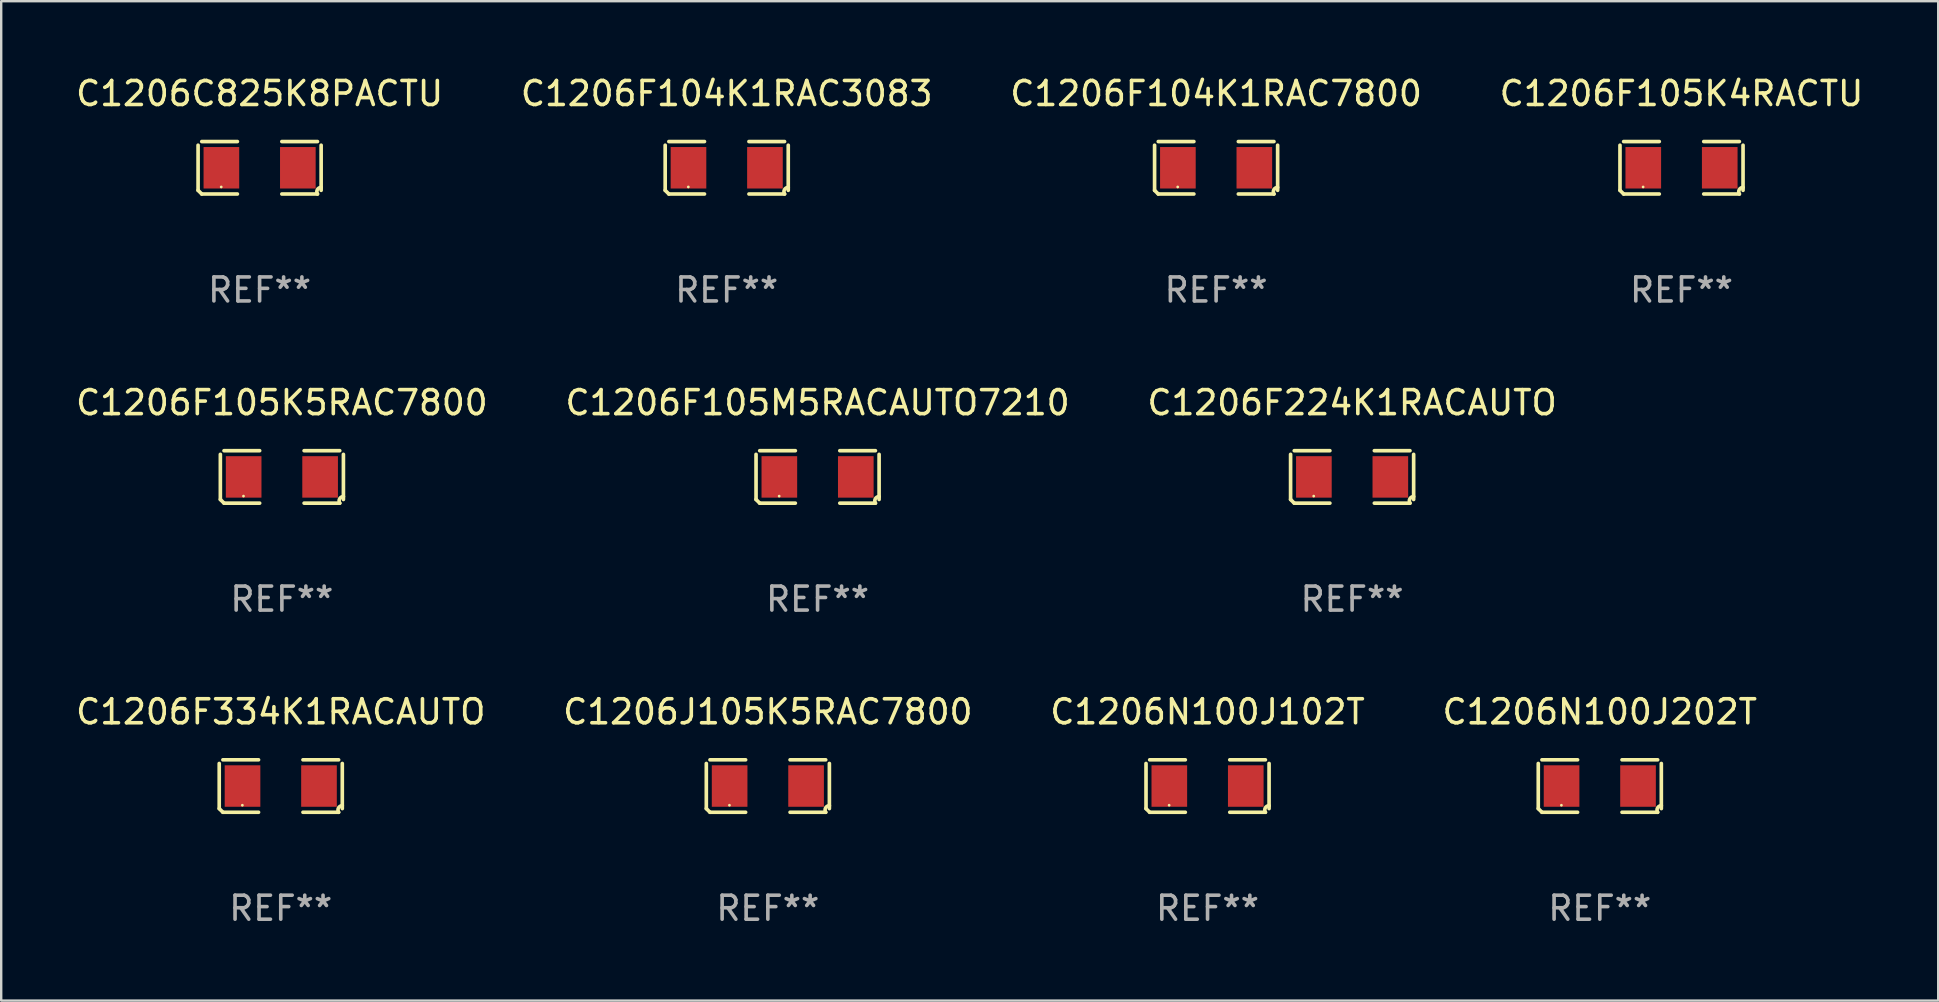
<source format=kicad_pcb>
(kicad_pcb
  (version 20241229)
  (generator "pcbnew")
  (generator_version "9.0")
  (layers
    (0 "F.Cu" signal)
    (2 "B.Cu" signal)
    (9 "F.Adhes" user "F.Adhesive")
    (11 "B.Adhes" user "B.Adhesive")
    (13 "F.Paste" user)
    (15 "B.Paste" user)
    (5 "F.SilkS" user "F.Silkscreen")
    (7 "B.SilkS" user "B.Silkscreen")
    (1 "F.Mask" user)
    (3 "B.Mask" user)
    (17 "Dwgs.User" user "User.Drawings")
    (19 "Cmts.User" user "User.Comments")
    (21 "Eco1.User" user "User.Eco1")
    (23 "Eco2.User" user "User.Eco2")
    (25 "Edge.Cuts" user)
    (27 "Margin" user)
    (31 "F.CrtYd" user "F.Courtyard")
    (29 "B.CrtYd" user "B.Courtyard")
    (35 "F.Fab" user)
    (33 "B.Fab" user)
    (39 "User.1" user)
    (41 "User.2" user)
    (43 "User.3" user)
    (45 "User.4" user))
  (footprint "C1206N100J202T"
    (layer "F.Cu")
    (at 63.613 29.704)
    (property "Reference" "C1206N100J202T" (at 0 -3.093 0) (layer "F.SilkS") (effects (font (size 1 1) (thickness 0.15))))
    (attr through_hole)
    (fp_line (start -2.564 0.94) (end -2.564 -0.94) (stroke (width 0.152) (type solid)) (layer "F.SilkS"))
    (fp_line (start -2.411 -1.093) (end -0.926 -1.093) (stroke (width 0.152) (type solid)) (layer "F.SilkS"))
    (fp_line (start -0.926 1.093) (end -2.411 1.093) (stroke (width 0.152) (type solid)) (layer "F.SilkS"))
    (fp_line (start 0.926 1.093) (end 2.411 1.093) (stroke (width 0.152) (type solid)) (layer "F.SilkS"))
    (fp_line (start 2.411 -1.093) (end 0.926 -1.093) (stroke (width 0.152) (type solid)) (layer "F.SilkS"))
    (fp_line (start 2.564 0.94) (end 2.564 -0.94) (stroke (width 0.152) (type solid)) (layer "F.SilkS"))
    (fp_arc (start -2.411201 1.092609) (mid -2.487413 1.01642) (end -2.563602 0.940208) (stroke (width 0.1524) (type solid)) (layer "F.SilkS"))
    (fp_arc (start 2.411201 1.092609) (mid 2.407159 0.911226) (end 2.563602 0.819347) (stroke (width 0.1524) (type solid)) (layer "F.SilkS"))
    (fp_circle (center -1.6 0.8) (end -1.57 0.8) (stroke (width 0.06) (type solid)) (fill no) (layer "F.SilkS"))
    (fp_text user "REF**" (at 0 5.093 0) (layer "F.Fab") (effects (font (size 1 1) (thickness 0.15))))
    (pad "1" smd rect (at -1.593 0) (size 1.485 1.728) (layers "F.Cu" "F.Mask" "F.Paste"))
    (pad "2" smd rect (at 1.593 0) (size 1.485 1.728) (layers "F.Cu" "F.Mask" "F.Paste")))
  (footprint "C1206J105K5RAC7800"
    (layer "F.Cu")
    (at 28.946 29.704)
    (property "Reference" "C1206J105K5RAC7800" (at 0 -3.093 0) (layer "F.SilkS") (effects (font (size 1 1) (thickness 0.15))))
    (attr through_hole)
    (fp_line (start -2.564 0.94) (end -2.564 -0.94) (stroke (width 0.152) (type solid)) (layer "F.SilkS"))
    (fp_line (start -2.411 -1.093) (end -0.926 -1.093) (stroke (width 0.152) (type solid)) (layer "F.SilkS"))
    (fp_line (start -0.926 1.093) (end -2.411 1.093) (stroke (width 0.152) (type solid)) (layer "F.SilkS"))
    (fp_line (start 0.926 1.093) (end 2.411 1.093) (stroke (width 0.152) (type solid)) (layer "F.SilkS"))
    (fp_line (start 2.411 -1.093) (end 0.926 -1.093) (stroke (width 0.152) (type solid)) (layer "F.SilkS"))
    (fp_line (start 2.564 0.94) (end 2.564 -0.94) (stroke (width 0.152) (type solid)) (layer "F.SilkS"))
    (fp_arc (start -2.411201 1.092609) (mid -2.487413 1.01642) (end -2.563602 0.940208) (stroke (width 0.1524) (type solid)) (layer "F.SilkS"))
    (fp_arc (start 2.411201 1.092609) (mid 2.407159 0.911226) (end 2.563602 0.819347) (stroke (width 0.1524) (type solid)) (layer "F.SilkS"))
    (fp_circle (center -1.6 0.8) (end -1.57 0.8) (stroke (width 0.06) (type solid)) (fill no) (layer "F.SilkS"))
    (fp_text user "REF**" (at 0 5.093 0) (layer "F.Fab") (effects (font (size 1 1) (thickness 0.15))))
    (pad "1" smd rect (at -1.593 0) (size 1.485 1.728) (layers "F.Cu" "F.Mask" "F.Paste"))
    (pad "2" smd rect (at 1.593 0) (size 1.485 1.728) (layers "F.Cu" "F.Mask" "F.Paste")))
  (footprint "C1206F104K1RAC7800"
    (layer "F.Cu")
    (at 47.625 3.941)
    (property "Reference" "C1206F104K1RAC7800" (at 0 -3.093 0) (layer "F.SilkS") (effects (font (size 1 1) (thickness 0.15))))
    (attr through_hole)
    (fp_line (start -2.564 0.94) (end -2.564 -0.94) (stroke (width 0.152) (type solid)) (layer "F.SilkS"))
    (fp_line (start -2.411 -1.093) (end -0.926 -1.093) (stroke (width 0.152) (type solid)) (layer "F.SilkS"))
    (fp_line (start -0.926 1.093) (end -2.411 1.093) (stroke (width 0.152) (type solid)) (layer "F.SilkS"))
    (fp_line (start 0.926 1.093) (end 2.411 1.093) (stroke (width 0.152) (type solid)) (layer "F.SilkS"))
    (fp_line (start 2.411 -1.093) (end 0.926 -1.093) (stroke (width 0.152) (type solid)) (layer "F.SilkS"))
    (fp_line (start 2.564 0.94) (end 2.564 -0.94) (stroke (width 0.152) (type solid)) (layer "F.SilkS"))
    (fp_arc (start -2.411201 1.092609) (mid -2.487413 1.01642) (end -2.563602 0.940208) (stroke (width 0.1524) (type solid)) (layer "F.SilkS"))
    (fp_arc (start 2.411201 1.092609) (mid 2.407159 0.911226) (end 2.563602 0.819347) (stroke (width 0.1524) (type solid)) (layer "F.SilkS"))
    (fp_circle (center -1.6 0.8) (end -1.57 0.8) (stroke (width 0.06) (type solid)) (fill no) (layer "F.SilkS"))
    (fp_text user "REF**" (at 0 5.093 0) (layer "F.Fab") (effects (font (size 1 1) (thickness 0.15))))
    (pad "1" smd rect (at -1.593 0) (size 1.485 1.728) (layers "F.Cu" "F.Mask" "F.Paste"))
    (pad "2" smd rect (at 1.593 0) (size 1.485 1.728) (layers "F.Cu" "F.Mask" "F.Paste")))
  (footprint "C1206F334K1RACAUTO"
    (layer "F.Cu")
    (at 8.649 29.704)
    (property "Reference" "C1206F334K1RACAUTO" (at 0 -3.093 0) (layer "F.SilkS") (effects (font (size 1 1) (thickness 0.15))))
    (attr through_hole)
    (fp_line (start -2.564 0.94) (end -2.564 -0.94) (stroke (width 0.152) (type solid)) (layer "F.SilkS"))
    (fp_line (start -2.411 -1.093) (end -0.926 -1.093) (stroke (width 0.152) (type solid)) (layer "F.SilkS"))
    (fp_line (start -0.926 1.093) (end -2.411 1.093) (stroke (width 0.152) (type solid)) (layer "F.SilkS"))
    (fp_line (start 0.926 1.093) (end 2.411 1.093) (stroke (width 0.152) (type solid)) (layer "F.SilkS"))
    (fp_line (start 2.411 -1.093) (end 0.926 -1.093) (stroke (width 0.152) (type solid)) (layer "F.SilkS"))
    (fp_line (start 2.564 0.94) (end 2.564 -0.94) (stroke (width 0.152) (type solid)) (layer "F.SilkS"))
    (fp_arc (start -2.411201 1.092609) (mid -2.487413 1.01642) (end -2.563602 0.940208) (stroke (width 0.1524) (type solid)) (layer "F.SilkS"))
    (fp_arc (start 2.411201 1.092609) (mid 2.407159 0.911226) (end 2.563602 0.819347) (stroke (width 0.1524) (type solid)) (layer "F.SilkS"))
    (fp_circle (center -1.6 0.8) (end -1.57 0.8) (stroke (width 0.06) (type solid)) (fill no) (layer "F.SilkS"))
    (fp_text user "REF**" (at 0 5.093 0) (layer "F.Fab") (effects (font (size 1 1) (thickness 0.15))))
    (pad "1" smd rect (at -1.593 0) (size 1.485 1.728) (layers "F.Cu" "F.Mask" "F.Paste"))
    (pad "2" smd rect (at 1.593 0) (size 1.485 1.728) (layers "F.Cu" "F.Mask" "F.Paste")))
  (footprint "C1206F105K4RACTU"
    (layer "F.Cu")
    (at 67.018 3.941)
    (property "Reference" "C1206F105K4RACTU" (at 0 -3.093 0) (layer "F.SilkS") (effects (font (size 1 1) (thickness 0.15))))
    (attr through_hole)
    (fp_line (start -2.564 0.94) (end -2.564 -0.94) (stroke (width 0.152) (type solid)) (layer "F.SilkS"))
    (fp_line (start -2.411 -1.093) (end -0.926 -1.093) (stroke (width 0.152) (type solid)) (layer "F.SilkS"))
    (fp_line (start -0.926 1.093) (end -2.411 1.093) (stroke (width 0.152) (type solid)) (layer "F.SilkS"))
    (fp_line (start 0.926 1.093) (end 2.411 1.093) (stroke (width 0.152) (type solid)) (layer "F.SilkS"))
    (fp_line (start 2.411 -1.093) (end 0.926 -1.093) (stroke (width 0.152) (type solid)) (layer "F.SilkS"))
    (fp_line (start 2.564 0.94) (end 2.564 -0.94) (stroke (width 0.152) (type solid)) (layer "F.SilkS"))
    (fp_arc (start -2.411201 1.092609) (mid -2.487413 1.01642) (end -2.563602 0.940208) (stroke (width 0.1524) (type solid)) (layer "F.SilkS"))
    (fp_arc (start 2.411201 1.092609) (mid 2.407159 0.911226) (end 2.563602 0.819347) (stroke (width 0.1524) (type solid)) (layer "F.SilkS"))
    (fp_circle (center -1.6 0.8) (end -1.57 0.8) (stroke (width 0.06) (type solid)) (fill no) (layer "F.SilkS"))
    (fp_text user "REF**" (at 0 5.093 0) (layer "F.Fab") (effects (font (size 1 1) (thickness 0.15))))
    (pad "1" smd rect (at -1.593 0) (size 1.485 1.728) (layers "F.Cu" "F.Mask" "F.Paste"))
    (pad "2" smd rect (at 1.593 0) (size 1.485 1.728) (layers "F.Cu" "F.Mask" "F.Paste")))
  (footprint "C1206F105M5RACAUTO7210"
    (layer "F.Cu")
    (at 31.018 16.823)
    (property "Reference" "C1206F105M5RACAUTO7210" (at 0 -3.093 0) (layer "F.SilkS") (effects (font (size 1 1) (thickness 0.15))))
    (attr through_hole)
    (fp_line (start -2.564 0.94) (end -2.564 -0.94) (stroke (width 0.152) (type solid)) (layer "F.SilkS"))
    (fp_line (start -2.411 -1.093) (end -0.926 -1.093) (stroke (width 0.152) (type solid)) (layer "F.SilkS"))
    (fp_line (start -0.926 1.093) (end -2.411 1.093) (stroke (width 0.152) (type solid)) (layer "F.SilkS"))
    (fp_line (start 0.926 1.093) (end 2.411 1.093) (stroke (width 0.152) (type solid)) (layer "F.SilkS"))
    (fp_line (start 2.411 -1.093) (end 0.926 -1.093) (stroke (width 0.152) (type solid)) (layer "F.SilkS"))
    (fp_line (start 2.564 0.94) (end 2.564 -0.94) (stroke (width 0.152) (type solid)) (layer "F.SilkS"))
    (fp_arc (start -2.411201 1.092609) (mid -2.487413 1.01642) (end -2.563602 0.940208) (stroke (width 0.1524) (type solid)) (layer "F.SilkS"))
    (fp_arc (start 2.411201 1.092609) (mid 2.407159 0.911226) (end 2.563602 0.819347) (stroke (width 0.1524) (type solid)) (layer "F.SilkS"))
    (fp_circle (center -1.6 0.8) (end -1.57 0.8) (stroke (width 0.06) (type solid)) (fill no) (layer "F.SilkS"))
    (fp_text user "REF**" (at 0 5.093 0) (layer "F.Fab") (effects (font (size 1 1) (thickness 0.15))))
    (pad "1" smd rect (at -1.593 0) (size 1.485 1.728) (layers "F.Cu" "F.Mask" "F.Paste"))
    (pad "2" smd rect (at 1.593 0) (size 1.485 1.728) (layers "F.Cu" "F.Mask" "F.Paste")))
  (footprint "C1206C825K8PACTU"
    (layer "F.Cu")
    (at 7.768 3.941)
    (property "Reference" "C1206C825K8PACTU" (at 0 -3.093 0) (layer "F.SilkS") (effects (font (size 1 1) (thickness 0.15))))
    (attr through_hole)
    (fp_line (start -2.564 0.94) (end -2.564 -0.94) (stroke (width 0.152) (type solid)) (layer "F.SilkS"))
    (fp_line (start -2.411 -1.093) (end -0.926 -1.093) (stroke (width 0.152) (type solid)) (layer "F.SilkS"))
    (fp_line (start -0.926 1.093) (end -2.411 1.093) (stroke (width 0.152) (type solid)) (layer "F.SilkS"))
    (fp_line (start 0.926 1.093) (end 2.411 1.093) (stroke (width 0.152) (type solid)) (layer "F.SilkS"))
    (fp_line (start 2.411 -1.093) (end 0.926 -1.093) (stroke (width 0.152) (type solid)) (layer "F.SilkS"))
    (fp_line (start 2.564 0.94) (end 2.564 -0.94) (stroke (width 0.152) (type solid)) (layer "F.SilkS"))
    (fp_arc (start -2.411201 1.092609) (mid -2.487413 1.01642) (end -2.563602 0.940208) (stroke (width 0.1524) (type solid)) (layer "F.SilkS"))
    (fp_arc (start 2.411201 1.092609) (mid 2.407159 0.911226) (end 2.563602 0.819347) (stroke (width 0.1524) (type solid)) (layer "F.SilkS"))
    (fp_circle (center -1.6 0.8) (end -1.57 0.8) (stroke (width 0.06) (type solid)) (fill no) (layer "F.SilkS"))
    (fp_text user "REF**" (at 0 5.093 0) (layer "F.Fab") (effects (font (size 1 1) (thickness 0.15))))
    (pad "1" smd rect (at -1.593 0) (size 1.485 1.728) (layers "F.Cu" "F.Mask" "F.Paste"))
    (pad "2" smd rect (at 1.593 0) (size 1.485 1.728) (layers "F.Cu" "F.Mask" "F.Paste")))
  (footprint "C1206F104K1RAC3083"
    (layer "F.Cu")
    (at 27.232 3.941)
    (property "Reference" "C1206F104K1RAC3083" (at 0 -3.093 0) (layer "F.SilkS") (effects (font (size 1 1) (thickness 0.15))))
    (attr through_hole)
    (fp_line (start -2.564 0.94) (end -2.564 -0.94) (stroke (width 0.152) (type solid)) (layer "F.SilkS"))
    (fp_line (start -2.411 -1.093) (end -0.926 -1.093) (stroke (width 0.152) (type solid)) (layer "F.SilkS"))
    (fp_line (start -0.926 1.093) (end -2.411 1.093) (stroke (width 0.152) (type solid)) (layer "F.SilkS"))
    (fp_line (start 0.926 1.093) (end 2.411 1.093) (stroke (width 0.152) (type solid)) (layer "F.SilkS"))
    (fp_line (start 2.411 -1.093) (end 0.926 -1.093) (stroke (width 0.152) (type solid)) (layer "F.SilkS"))
    (fp_line (start 2.564 0.94) (end 2.564 -0.94) (stroke (width 0.152) (type solid)) (layer "F.SilkS"))
    (fp_arc (start -2.411201 1.092609) (mid -2.487413 1.01642) (end -2.563602 0.940208) (stroke (width 0.1524) (type solid)) (layer "F.SilkS"))
    (fp_arc (start 2.411201 1.092609) (mid 2.407159 0.911226) (end 2.563602 0.819347) (stroke (width 0.1524) (type solid)) (layer "F.SilkS"))
    (fp_circle (center -1.6 0.8) (end -1.57 0.8) (stroke (width 0.06) (type solid)) (fill no) (layer "F.SilkS"))
    (fp_text user "REF**" (at 0 5.093 0) (layer "F.Fab") (effects (font (size 1 1) (thickness 0.15))))
    (pad "1" smd rect (at -1.593 0) (size 1.485 1.728) (layers "F.Cu" "F.Mask" "F.Paste"))
    (pad "2" smd rect (at 1.593 0) (size 1.485 1.728) (layers "F.Cu" "F.Mask" "F.Paste")))
  (footprint "C1206N100J102T"
    (layer "F.Cu")
    (at 47.268 29.704)
    (property "Reference" "C1206N100J102T" (at 0 -3.093 0) (layer "F.SilkS") (effects (font (size 1 1) (thickness 0.15))))
    (attr through_hole)
    (fp_line (start -2.564 0.94) (end -2.564 -0.94) (stroke (width 0.152) (type solid)) (layer "F.SilkS"))
    (fp_line (start -2.411 -1.093) (end -0.926 -1.093) (stroke (width 0.152) (type solid)) (layer "F.SilkS"))
    (fp_line (start -0.926 1.093) (end -2.411 1.093) (stroke (width 0.152) (type solid)) (layer "F.SilkS"))
    (fp_line (start 0.926 1.093) (end 2.411 1.093) (stroke (width 0.152) (type solid)) (layer "F.SilkS"))
    (fp_line (start 2.411 -1.093) (end 0.926 -1.093) (stroke (width 0.152) (type solid)) (layer "F.SilkS"))
    (fp_line (start 2.564 0.94) (end 2.564 -0.94) (stroke (width 0.152) (type solid)) (layer "F.SilkS"))
    (fp_arc (start -2.411201 1.092609) (mid -2.487413 1.01642) (end -2.563602 0.940208) (stroke (width 0.1524) (type solid)) (layer "F.SilkS"))
    (fp_arc (start 2.411201 1.092609) (mid 2.407159 0.911226) (end 2.563602 0.819347) (stroke (width 0.1524) (type solid)) (layer "F.SilkS"))
    (fp_circle (center -1.6 0.8) (end -1.57 0.8) (stroke (width 0.06) (type solid)) (fill no) (layer "F.SilkS"))
    (fp_text user "REF**" (at 0 5.093 0) (layer "F.Fab") (effects (font (size 1 1) (thickness 0.15))))
    (pad "1" smd rect (at -1.593 0) (size 1.485 1.728) (layers "F.Cu" "F.Mask" "F.Paste"))
    (pad "2" smd rect (at 1.593 0) (size 1.485 1.728) (layers "F.Cu" "F.Mask" "F.Paste")))
  (footprint "C1206F105K5RAC7800"
    (layer "F.Cu")
    (at 8.696 16.823)
    (property "Reference" "C1206F105K5RAC7800" (at 0 -3.093 0) (layer "F.SilkS") (effects (font (size 1 1) (thickness 0.15))))
    (attr through_hole)
    (fp_line (start -2.564 0.94) (end -2.564 -0.94) (stroke (width 0.152) (type solid)) (layer "F.SilkS"))
    (fp_line (start -2.411 -1.093) (end -0.926 -1.093) (stroke (width 0.152) (type solid)) (layer "F.SilkS"))
    (fp_line (start -0.926 1.093) (end -2.411 1.093) (stroke (width 0.152) (type solid)) (layer "F.SilkS"))
    (fp_line (start 0.926 1.093) (end 2.411 1.093) (stroke (width 0.152) (type solid)) (layer "F.SilkS"))
    (fp_line (start 2.411 -1.093) (end 0.926 -1.093) (stroke (width 0.152) (type solid)) (layer "F.SilkS"))
    (fp_line (start 2.564 0.94) (end 2.564 -0.94) (stroke (width 0.152) (type solid)) (layer "F.SilkS"))
    (fp_arc (start -2.411201 1.092609) (mid -2.487413 1.01642) (end -2.563602 0.940208) (stroke (width 0.1524) (type solid)) (layer "F.SilkS"))
    (fp_arc (start 2.411201 1.092609) (mid 2.407159 0.911226) (end 2.563602 0.819347) (stroke (width 0.1524) (type solid)) (layer "F.SilkS"))
    (fp_circle (center -1.6 0.8) (end -1.57 0.8) (stroke (width 0.06) (type solid)) (fill no) (layer "F.SilkS"))
    (fp_text user "REF**" (at 0 5.093 0) (layer "F.Fab") (effects (font (size 1 1) (thickness 0.15))))
    (pad "1" smd rect (at -1.593 0) (size 1.485 1.728) (layers "F.Cu" "F.Mask" "F.Paste"))
    (pad "2" smd rect (at 1.593 0) (size 1.485 1.728) (layers "F.Cu" "F.Mask" "F.Paste")))
  (footprint "C1206F224K1RACAUTO"
    (layer "F.Cu")
    (at 53.292 16.823)
    (property "Reference" "C1206F224K1RACAUTO" (at 0 -3.093 0) (layer "F.SilkS") (effects (font (size 1 1) (thickness 0.15))))
    (attr through_hole)
    (fp_line (start -2.564 0.94) (end -2.564 -0.94) (stroke (width 0.152) (type solid)) (layer "F.SilkS"))
    (fp_line (start -2.411 -1.093) (end -0.926 -1.093) (stroke (width 0.152) (type solid)) (layer "F.SilkS"))
    (fp_line (start -0.926 1.093) (end -2.411 1.093) (stroke (width 0.152) (type solid)) (layer "F.SilkS"))
    (fp_line (start 0.926 1.093) (end 2.411 1.093) (stroke (width 0.152) (type solid)) (layer "F.SilkS"))
    (fp_line (start 2.411 -1.093) (end 0.926 -1.093) (stroke (width 0.152) (type solid)) (layer "F.SilkS"))
    (fp_line (start 2.564 0.94) (end 2.564 -0.94) (stroke (width 0.152) (type solid)) (layer "F.SilkS"))
    (fp_arc (start -2.411201 1.092609) (mid -2.487413 1.01642) (end -2.563602 0.940208) (stroke (width 0.1524) (type solid)) (layer "F.SilkS"))
    (fp_arc (start 2.411201 1.092609) (mid 2.407159 0.911226) (end 2.563602 0.819347) (stroke (width 0.1524) (type solid)) (layer "F.SilkS"))
    (fp_circle (center -1.6 0.8) (end -1.57 0.8) (stroke (width 0.06) (type solid)) (fill no) (layer "F.SilkS"))
    (fp_text user "REF**" (at 0 5.093 0) (layer "F.Fab") (effects (font (size 1 1) (thickness 0.15))))
    (pad "1" smd rect (at -1.593 0) (size 1.485 1.728) (layers "F.Cu" "F.Mask" "F.Paste"))
    (pad "2" smd rect (at 1.593 0) (size 1.485 1.728) (layers "F.Cu" "F.Mask" "F.Paste")))
  (gr_rect
    (start -3 -3)
    (end 77.714 38.645)
    (stroke (width 0.1) (type default))
    (fill no)
    (layer "Edge.Cuts")))
</source>
